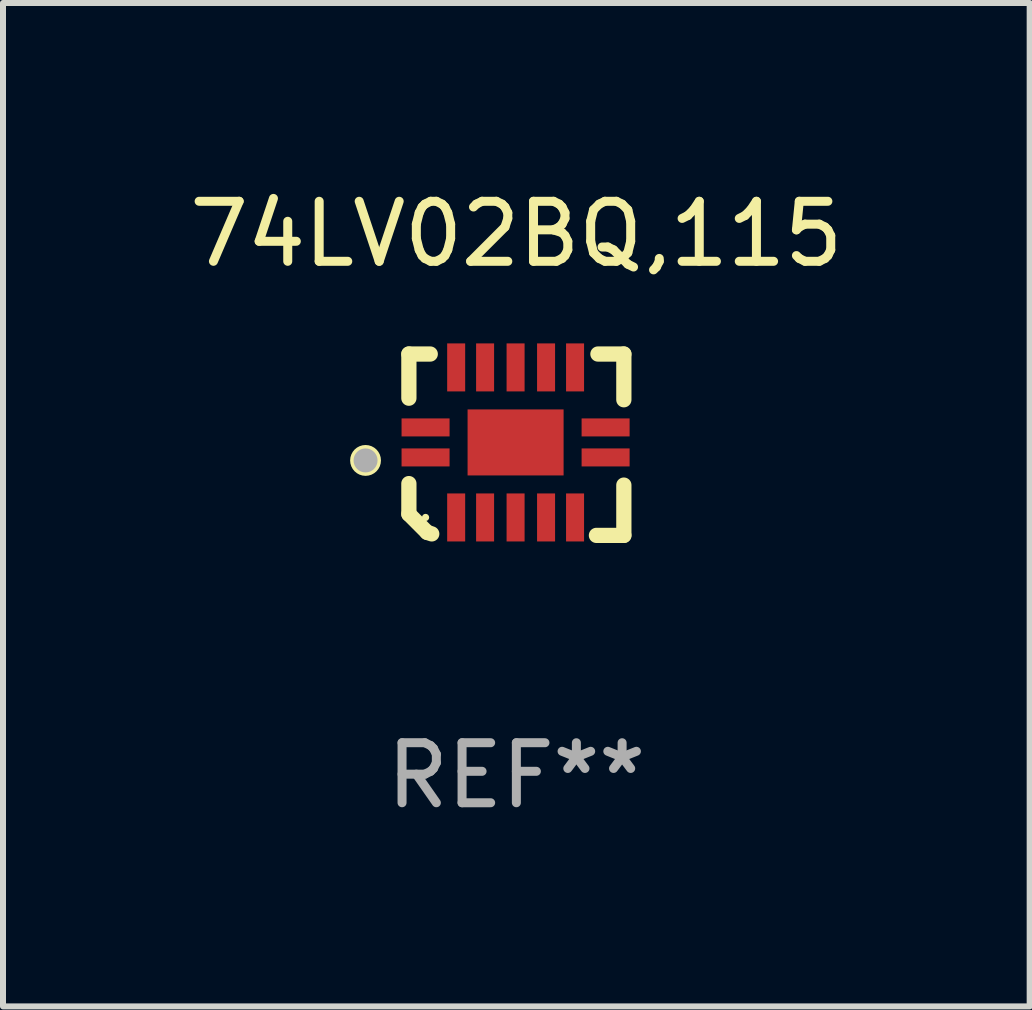
<source format=kicad_pcb>
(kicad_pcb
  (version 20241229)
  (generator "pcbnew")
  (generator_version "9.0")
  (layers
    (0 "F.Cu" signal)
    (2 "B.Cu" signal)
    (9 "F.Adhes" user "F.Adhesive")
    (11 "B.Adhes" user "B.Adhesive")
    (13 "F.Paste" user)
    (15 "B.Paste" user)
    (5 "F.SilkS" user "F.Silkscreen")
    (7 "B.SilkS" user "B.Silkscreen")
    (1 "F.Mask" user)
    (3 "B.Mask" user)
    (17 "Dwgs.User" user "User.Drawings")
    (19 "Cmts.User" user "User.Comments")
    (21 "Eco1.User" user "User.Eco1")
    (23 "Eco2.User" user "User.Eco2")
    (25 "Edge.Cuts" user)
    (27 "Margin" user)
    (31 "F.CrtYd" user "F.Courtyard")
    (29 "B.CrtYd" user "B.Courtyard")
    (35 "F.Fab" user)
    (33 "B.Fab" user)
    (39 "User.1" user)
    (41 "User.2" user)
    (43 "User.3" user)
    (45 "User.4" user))
  (footprint "74LV02BQ,115"
    (layer "F.Cu")
    (at 5.554 4.36)
    (property "Reference" "74LV02BQ,115" (at 0 -3.511 0) (layer "F.SilkS") (effects (font (size 1 1) (thickness 0.15))))
    (attr through_hole)
    (fp_line (start -1.791 -1.511) (end -1.435 -1.511) (stroke (width 0.254) (type solid)) (layer "F.SilkS"))
    (fp_line (start -1.791 -0.775) (end -1.791 -1.511) (stroke (width 0.254) (type solid)) (layer "F.SilkS"))
    (fp_line (start -1.791 1.156) (end -1.791 0.648) (stroke (width 0.254) (type solid)) (layer "F.SilkS"))
    (fp_line (start -1.486 1.461) (end -1.791 1.156) (stroke (width 0.254) (type solid)) (layer "F.SilkS"))
    (fp_line (start -1.41 1.486) (end -1.486 1.461) (stroke (width 0.254) (type solid)) (layer "F.SilkS"))
    (fp_line (start 1.334 1.511) (end 1.791 1.511) (stroke (width 0.254) (type solid)) (layer "F.SilkS"))
    (fp_line (start 1.791 -1.511) (end 1.359 -1.511) (stroke (width 0.254) (type solid)) (layer "F.SilkS"))
    (fp_line (start 1.791 -0.749) (end 1.791 -1.511) (stroke (width 0.254) (type solid)) (layer "F.SilkS"))
    (fp_line (start 1.791 1.511) (end 1.791 0.673) (stroke (width 0.254) (type solid)) (layer "F.SilkS"))
    (fp_circle (center -2.513 0.262) (end -2.383 0.262) (stroke (width 0.254) (type solid)) (fill no) (layer "F.SilkS"))
    (fp_circle (center -1.513 1.212) (end -1.483 1.212) (stroke (width 0.06) (type solid)) (fill no) (layer "F.SilkS"))
    (fp_circle (center -2.513 0.262) (end -2.413 0.262) (stroke (width 0.2) (type solid)) (fill no) (layer "F.Fab"))
    (fp_text user "REF**" (at 0 5.511 0) (layer "F.Fab") (effects (font (size 1 1) (thickness 0.15))))
    (pad "1" smd rect (at -1.513 0.212) (size 0.8 0.3) (layers "F.Cu" "F.Mask" "F.Paste"))
    (pad "2" smd rect (at -1.003 1.212) (size 0.3 0.8) (layers "F.Cu" "F.Mask" "F.Paste"))
    (pad "3" smd rect (at -0.521 1.212) (size 0.3 0.8) (layers "F.Cu" "F.Mask" "F.Paste"))
    (pad "4" smd rect (at -0.013 1.212) (size 0.3 0.8) (layers "F.Cu" "F.Mask" "F.Paste"))
    (pad "5" smd rect (at 0.495 1.212) (size 0.3 0.8) (layers "F.Cu" "F.Mask" "F.Paste"))
    (pad "6" smd rect (at 0.978 1.212) (size 0.3 0.8) (layers "F.Cu" "F.Mask" "F.Paste"))
    (pad "7" smd rect (at 1.487 0.212) (size 0.8 0.3) (layers "F.Cu" "F.Mask" "F.Paste"))
    (pad "8" smd rect (at 1.487 -0.288) (size 0.8 0.3) (layers "F.Cu" "F.Mask" "F.Paste"))
    (pad "9" smd rect (at 0.978 -1.288) (size 0.3 0.8) (layers "F.Cu" "F.Mask" "F.Paste"))
    (pad "10" smd rect (at 0.495 -1.288) (size 0.3 0.8) (layers "F.Cu" "F.Mask" "F.Paste"))
    (pad "11" smd rect (at -0.013 -1.288) (size 0.3 0.8) (layers "F.Cu" "F.Mask" "F.Paste"))
    (pad "12" smd rect (at -0.521 -1.288) (size 0.3 0.8) (layers "F.Cu" "F.Mask" "F.Paste"))
    (pad "13" smd rect (at -1.003 -1.288) (size 0.3 0.8) (layers "F.Cu" "F.Mask" "F.Paste"))
    (pad "14" smd rect (at -1.513 -0.288) (size 0.8 0.3) (layers "F.Cu" "F.Mask" "F.Paste"))
    (pad "15" smd rect (at -0.013 -0.038 90) (size 1.1 1.6) (layers "F.Cu" "F.Mask" "F.Paste")))
  (gr_rect
    (start -3 -3)
    (end 14.107 13.719)
    (stroke (width 0.1) (type default))
    (fill no)
    (layer "Edge.Cuts")))
</source>
